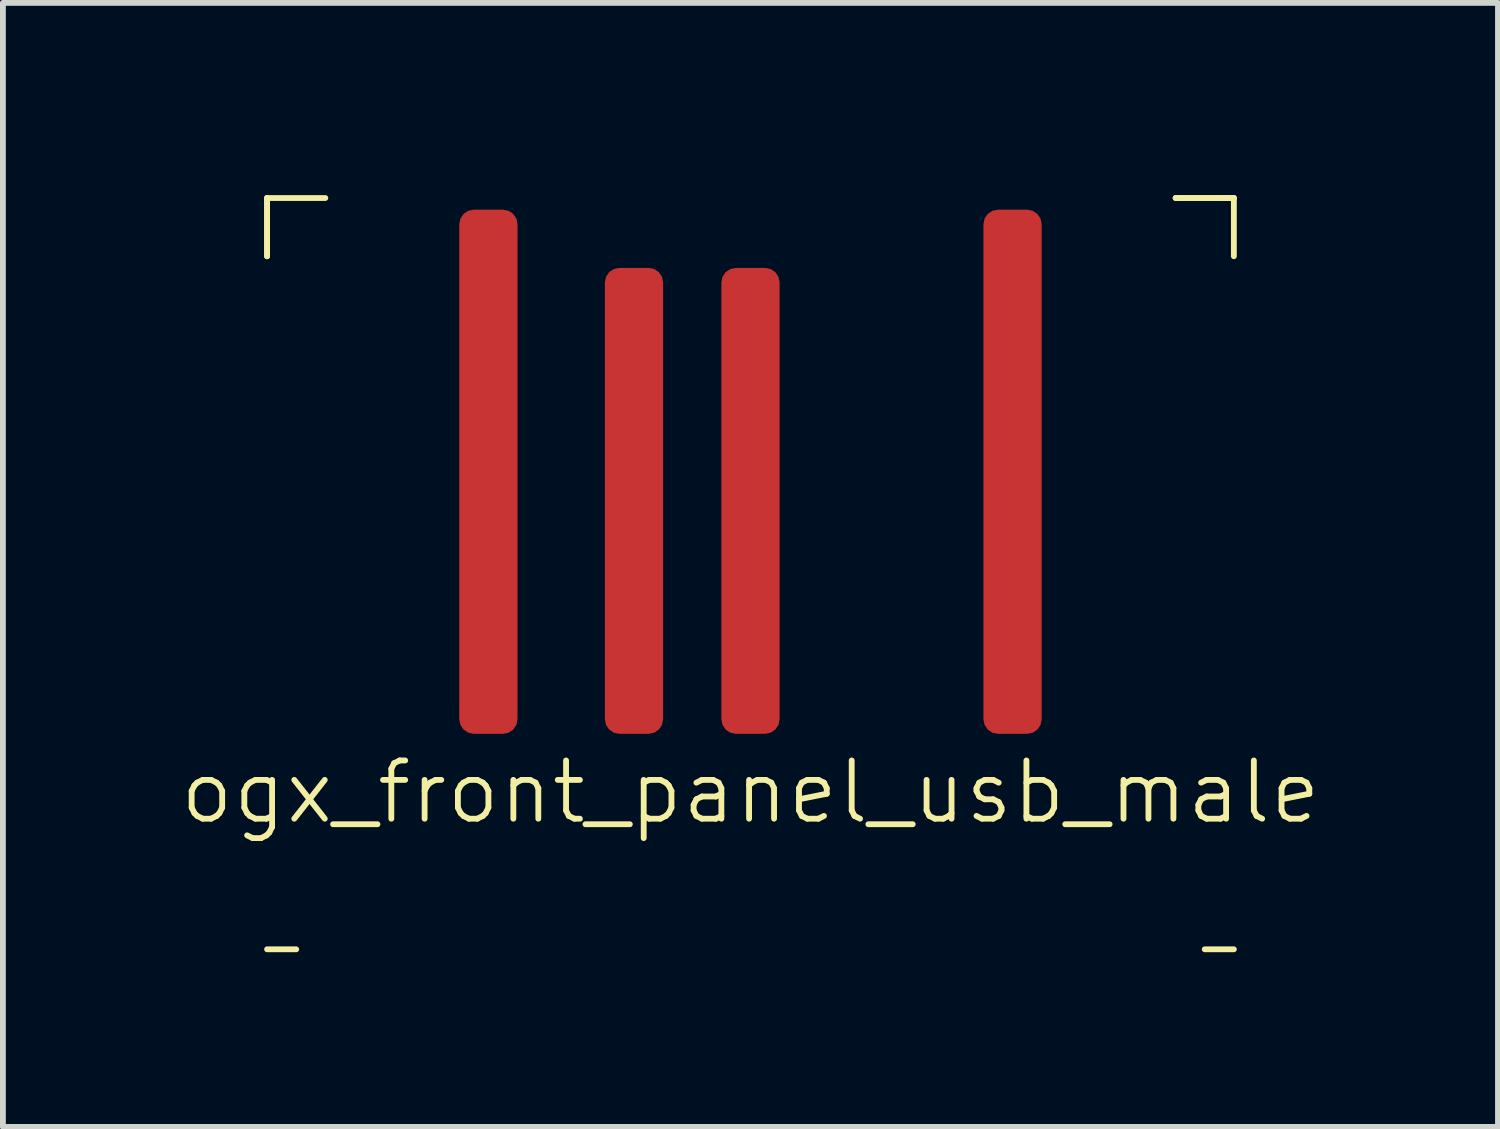
<source format=kicad_pcb>
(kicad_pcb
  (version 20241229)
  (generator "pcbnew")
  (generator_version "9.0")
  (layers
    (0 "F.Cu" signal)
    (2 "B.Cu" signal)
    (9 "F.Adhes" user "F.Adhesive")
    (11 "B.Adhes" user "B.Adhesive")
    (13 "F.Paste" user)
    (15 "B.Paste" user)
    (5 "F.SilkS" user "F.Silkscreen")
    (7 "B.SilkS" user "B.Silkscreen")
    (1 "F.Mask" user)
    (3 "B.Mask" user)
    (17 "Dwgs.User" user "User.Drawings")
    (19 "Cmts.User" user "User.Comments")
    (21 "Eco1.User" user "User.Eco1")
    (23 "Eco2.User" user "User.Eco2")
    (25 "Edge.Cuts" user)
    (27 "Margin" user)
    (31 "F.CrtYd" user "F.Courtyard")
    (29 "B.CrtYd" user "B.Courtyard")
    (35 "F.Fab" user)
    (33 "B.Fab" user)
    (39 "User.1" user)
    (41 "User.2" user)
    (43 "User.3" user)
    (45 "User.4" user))
  (footprint "ogx_front_panel_usb_male"
    (layer "F.Cu")
    (at 1.336 0.25)
    (property "Reference" "ogx_front_panel_usb_male" (at 8.5 10.3 0) (unlocked yes) (layer "F.SilkS") (effects (font (size 1 1) (thickness 0.1))))
    (attr smd)
    (fp_line (start 0.2 0.1) (end 0.2 1.1) (stroke (width 0.1) (type default)) (layer "F.SilkS"))
    (fp_line (start 0.2 0.1) (end 1.2 0.1) (stroke (width 0.1) (type default)) (layer "F.SilkS"))
    (fp_line (start 0.2 1.1) (end 0.2 0.1) (stroke (width 0.1) (type default)) (layer "F.SilkS"))
    (fp_line (start 0.2 13) (end 0.7 13) (stroke (width 0.1) (type default)) (layer "F.SilkS"))
    (fp_line (start 15.8 0.1) (end 16.8 0.1) (stroke (width 0.1) (type default)) (layer "F.SilkS"))
    (fp_line (start 16.8 0.1) (end 15.8 0.1) (stroke (width 0.1) (type default)) (layer "F.SilkS"))
    (fp_line (start 16.8 0.1) (end 16.8 1.1) (stroke (width 0.1) (type default)) (layer "F.SilkS"))
    (fp_line (start 16.8 13) (end 16.3 13) (stroke (width 0.1) (type default)) (layer "F.SilkS"))
    (pad "1" smd roundrect (at 4 4.8) (size 1 9) (layers "F.Cu" "F.Mask" "F.Paste") (roundrect_rratio 0.25))
    (pad "2" smd roundrect (at 6.5 5.3) (size 1 8) (layers "F.Cu" "F.Mask" "F.Paste") (roundrect_rratio 0.25))
    (pad "3" smd roundrect (at 8.5 5.3) (size 1 8) (layers "F.Cu" "F.Mask" "F.Paste") (roundrect_rratio 0.25))
    (pad "4" smd roundrect (at 13 4.8) (size 1 9) (layers "F.Cu" "F.Mask" "F.Paste") (roundrect_rratio 0.25)))
  (gr_rect
    (start -3 -3)
    (end 22.671 16.3)
    (stroke (width 0.1) (type default))
    (fill no)
    (layer "Edge.Cuts")))
</source>
